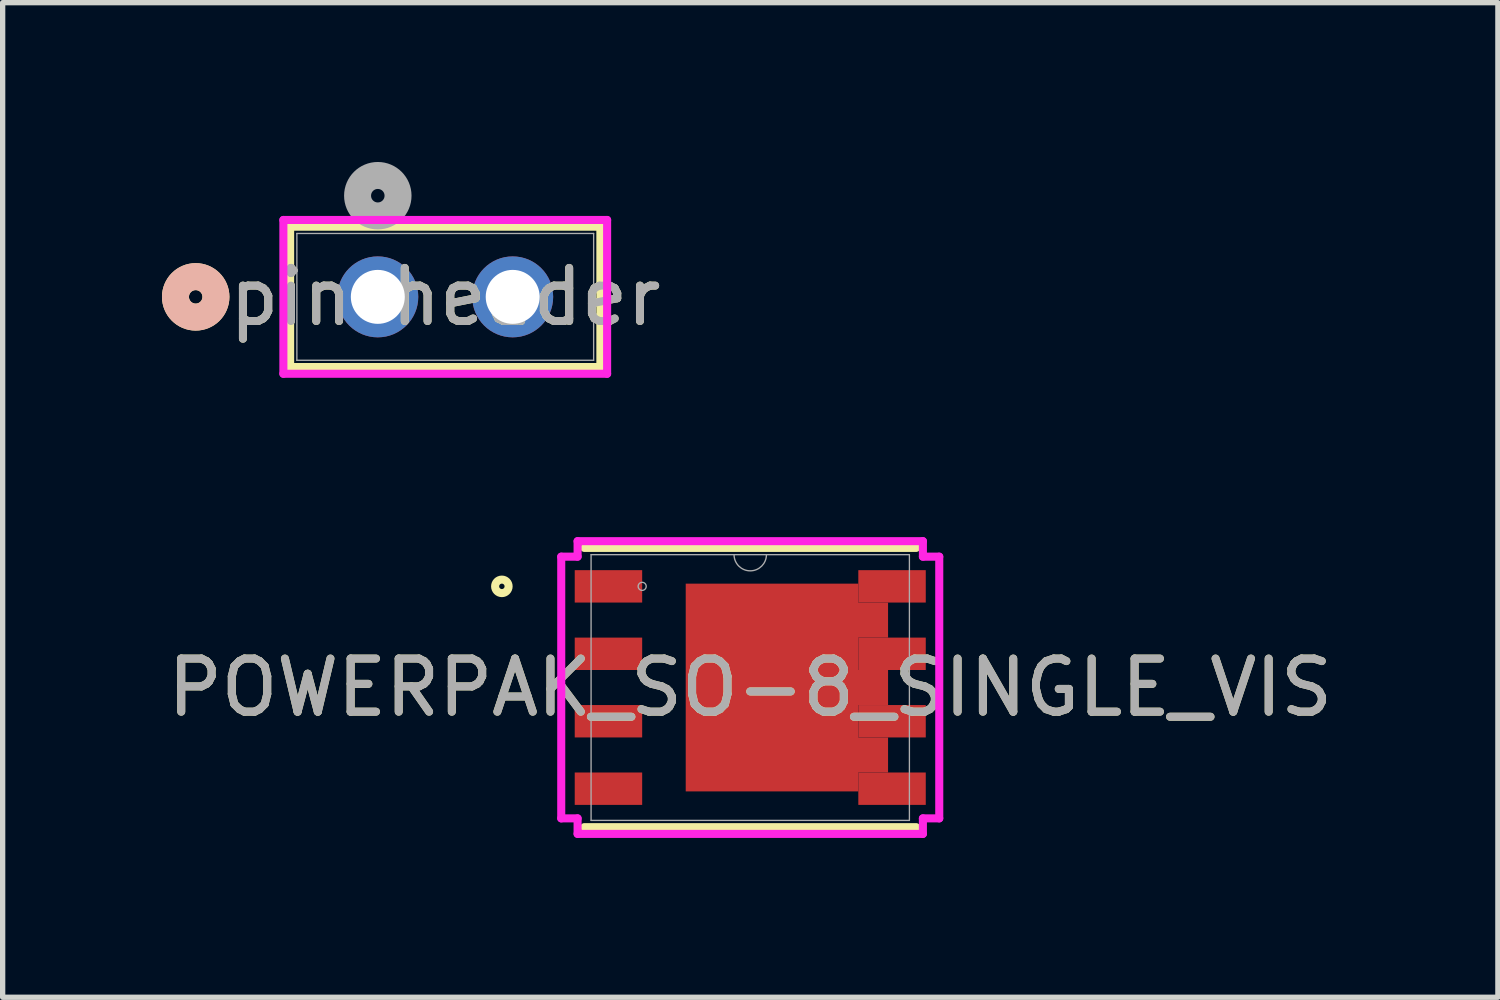
<source format=kicad_pcb>
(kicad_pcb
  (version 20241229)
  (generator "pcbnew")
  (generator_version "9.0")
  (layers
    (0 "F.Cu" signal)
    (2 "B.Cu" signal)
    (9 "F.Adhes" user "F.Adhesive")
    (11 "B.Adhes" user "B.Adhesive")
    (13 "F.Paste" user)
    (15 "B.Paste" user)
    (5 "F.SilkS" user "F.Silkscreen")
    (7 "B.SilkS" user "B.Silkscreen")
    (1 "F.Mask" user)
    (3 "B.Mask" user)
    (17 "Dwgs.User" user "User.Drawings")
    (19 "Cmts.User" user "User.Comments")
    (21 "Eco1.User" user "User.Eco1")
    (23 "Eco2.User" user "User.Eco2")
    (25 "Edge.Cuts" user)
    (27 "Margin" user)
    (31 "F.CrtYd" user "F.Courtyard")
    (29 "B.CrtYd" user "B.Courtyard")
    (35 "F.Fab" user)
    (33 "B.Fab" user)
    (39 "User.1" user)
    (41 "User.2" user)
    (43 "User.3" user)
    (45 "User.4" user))
  (footprint "POWERPAK_SO-8_SINGLE_VIS"
    (layer "F.Cu")
    (at 11.077 9.896)
    (property "Reference" "POWERPAK_SO-8_SINGLE_VIS" (at 0 0 0) (unlocked yes) (layer "F.SilkS") (effects (font (size 1 1) (thickness 0.15))))
    (attr smd)
    (fp_poly (pts (xy -1.215 -1.956) (xy 2.035 -1.956) (xy 2.035 -1.6) (xy 2.595 -1.6) (xy 2.595 -0.94) (xy 2.035 -0.94) (xy 2.035 -0.33) (xy 2.595 -0.33) (xy 2.595 0.33) (xy 2.035 0.33) (xy 2.035 0.94) (xy 2.595 0.94) (xy 2.595 1.6) (xy 2.035 1.6) (xy 2.035 1.956) (xy -1.215 1.956)) (stroke (width 0) (type solid)) (fill yes) (layer "F.Cu"))
    (fp_poly (pts (xy -1.215 -1.956) (xy 2.035 -1.956) (xy 2.035 -1.6) (xy 2.595 -1.6) (xy 2.595 -0.94) (xy 2.035 -0.94) (xy 2.035 -0.33) (xy 2.595 -0.33) (xy 2.595 0.33) (xy 2.035 0.33) (xy 2.035 0.94) (xy 2.595 0.94) (xy 2.595 1.6) (xy 2.035 1.6) (xy 2.035 1.956) (xy -1.215 1.956)) (stroke (width 0) (type solid)) (fill yes) (layer "F.Mask"))
    (fp_line (start -3.124 2.629) (end 3.124 2.629) (stroke (width 0.152) (type solid)) (layer "F.SilkS"))
    (fp_line (start 3.124 -2.629) (end -3.124 -2.629) (stroke (width 0.152) (type solid)) (layer "F.SilkS"))
    (fp_circle (center -4.677 -1.905) (end -4.55 -1.905) (stroke (width 0.152) (type solid)) (fill no) (layer "F.SilkS"))
    (fp_poly (pts (xy -1.215 -1.956) (xy 2.035 -1.956) (xy 2.035 -1.6) (xy 2.595 -1.6) (xy 2.595 -0.94) (xy 2.035 -0.94) (xy 2.035 -0.33) (xy 2.595 -0.33) (xy 2.595 0.33) (xy 2.035 0.33) (xy 2.035 0.94) (xy 2.595 0.94) (xy 2.595 1.6) (xy 2.035 1.6) (xy 2.035 1.956) (xy -1.215 1.956)) (stroke (width 0) (type solid)) (fill yes) (layer "F.Paste"))
    (fp_line (start -3.559 -2.464) (end -3.251 -2.464) (stroke (width 0.152) (type solid)) (layer "F.CrtYd"))
    (fp_line (start -3.559 2.464) (end -3.559 -2.464) (stroke (width 0.152) (type solid)) (layer "F.CrtYd"))
    (fp_line (start -3.559 2.464) (end -3.251 2.464) (stroke (width 0.152) (type solid)) (layer "F.CrtYd"))
    (fp_line (start -3.251 -2.756) (end 3.251 -2.756) (stroke (width 0.152) (type solid)) (layer "F.CrtYd"))
    (fp_line (start -3.251 -2.464) (end -3.251 -2.756) (stroke (width 0.152) (type solid)) (layer "F.CrtYd"))
    (fp_line (start -3.251 2.756) (end -3.251 2.464) (stroke (width 0.152) (type solid)) (layer "F.CrtYd"))
    (fp_line (start 3.251 -2.756) (end 3.251 -2.464) (stroke (width 0.152) (type solid)) (layer "F.CrtYd"))
    (fp_line (start 3.251 2.464) (end 3.251 2.756) (stroke (width 0.152) (type solid)) (layer "F.CrtYd"))
    (fp_line (start 3.251 2.756) (end -3.251 2.756) (stroke (width 0.152) (type solid)) (layer "F.CrtYd"))
    (fp_line (start 3.559 -2.464) (end 3.251 -2.464) (stroke (width 0.152) (type solid)) (layer "F.CrtYd"))
    (fp_line (start 3.559 -2.464) (end 3.559 2.464) (stroke (width 0.152) (type solid)) (layer "F.CrtYd"))
    (fp_line (start 3.559 2.464) (end 3.251 2.464) (stroke (width 0.152) (type solid)) (layer "F.CrtYd"))
    (fp_line (start -2.997 -2.502) (end -2.997 2.502) (stroke (width 0.025) (type solid)) (layer "F.Fab"))
    (fp_line (start -2.997 2.502) (end 2.997 2.502) (stroke (width 0.025) (type solid)) (layer "F.Fab"))
    (fp_line (start 2.997 -2.502) (end -2.997 -2.502) (stroke (width 0.025) (type solid)) (layer "F.Fab"))
    (fp_line (start 2.997 2.502) (end 2.997 -2.502) (stroke (width 0.025) (type solid)) (layer "F.Fab"))
    (fp_arc (start 0.3048 -2.5019) (mid 0 -2.1971) (end -0.3048 -2.5019) (stroke (width 0.0254) (type solid)) (layer "F.Fab"))
    (fp_circle (center -2.035 -1.905) (end -1.959 -1.905) (stroke (width 0.025) (type solid)) (fill no) (layer "F.Fab"))
    (fp_text user "${REFERENCE}" (at 0 0 0) (unlocked yes) (layer "F.Fab") (effects (font (size 1 1) (thickness 0.15))))
    (pad "1" smd rect (at -2.67 -1.905) (size 1.27 0.61) (layers "F.Cu" "F.Mask" "F.Paste"))
    (pad "2" smd rect (at -2.67 -0.635) (size 1.27 0.61) (layers "F.Cu" "F.Mask" "F.Paste"))
    (pad "3" smd rect (at -2.67 0.635) (size 1.27 0.61) (layers "F.Cu" "F.Mask" "F.Paste"))
    (pad "4" smd rect (at -2.67 1.905) (size 1.27 0.61) (layers "F.Cu" "F.Mask" "F.Paste"))
    (pad "5" smd rect (at 2.67 1.905) (size 1.27 0.61) (layers "F.Cu" "F.Mask" "F.Paste"))
    (pad "6" smd rect (at 2.67 0.635) (size 1.27 0.61) (layers "F.Cu" "F.Mask" "F.Paste"))
    (pad "7" smd rect (at 2.67 -0.635) (size 1.27 0.61) (layers "F.Cu" "F.Mask" "F.Paste"))
    (pad "8" smd rect (at 2.67 -1.905) (size 1.27 0.61) (layers "F.Cu" "F.Mask" "F.Paste")))
  (footprint "pin header"
    (layer "F.Cu")
    (at 4.064 2.54)
    (property "Reference" "pin header" (at 1.27 0 0) (unlocked yes) (layer "F.SilkS") (effects (font (size 1 1) (thickness 0.15))))
    (attr through_hole)
    (fp_line (start -1.651 -1.321) (end -1.651 1.321) (stroke (width 0.152) (type solid)) (layer "F.SilkS"))
    (fp_line (start -1.651 1.321) (end 4.191 1.321) (stroke (width 0.152) (type solid)) (layer "F.SilkS"))
    (fp_line (start 4.191 -1.321) (end -1.651 -1.321) (stroke (width 0.152) (type solid)) (layer "F.SilkS"))
    (fp_line (start 4.191 1.321) (end 4.191 -1.321) (stroke (width 0.152) (type solid)) (layer "F.SilkS"))
    (fp_circle (center -3.429 0) (end -3.048 0) (stroke (width 0.508) (type solid)) (fill no) (layer "F.SilkS"))
    (fp_circle (center -3.429 0) (end -3.048 0) (stroke (width 0.508) (type solid)) (fill no) (layer "B.SilkS"))
    (fp_line (start -1.778 -1.448) (end -1.778 1.448) (stroke (width 0.152) (type solid)) (layer "F.CrtYd"))
    (fp_line (start -1.778 1.448) (end 4.318 1.448) (stroke (width 0.152) (type solid)) (layer "F.CrtYd"))
    (fp_line (start 4.318 -1.448) (end -1.778 -1.448) (stroke (width 0.152) (type solid)) (layer "F.CrtYd"))
    (fp_line (start 4.318 1.448) (end 4.318 -1.448) (stroke (width 0.152) (type solid)) (layer "F.CrtYd"))
    (fp_line (start -1.524 -1.194) (end -1.524 1.194) (stroke (width 0.025) (type solid)) (layer "F.Fab"))
    (fp_line (start -1.524 1.194) (end 4.064 1.194) (stroke (width 0.025) (type solid)) (layer "F.Fab"))
    (fp_line (start 4.064 -1.194) (end -1.524 -1.194) (stroke (width 0.025) (type solid)) (layer "F.Fab"))
    (fp_line (start 4.064 1.194) (end 4.064 -1.194) (stroke (width 0.025) (type solid)) (layer "F.Fab"))
    (fp_circle (center 0 -1.905) (end 0.381 -1.905) (stroke (width 0.508) (type solid)) (fill no) (layer "F.Fab"))
    (fp_text user "${REFERENCE}" (at 1.27 0 0) (unlocked yes) (layer "F.Fab") (effects (font (size 1 1) (thickness 0.15))))
    (pad "1" thru_hole circle (at 0 0) (size 1.524 1.524) (drill 1.016) (layers "*.Cu" "*.Mask"))
    (pad "2" thru_hole circle (at 2.54 0) (size 1.524 1.524) (drill 1.016) (layers "*.Cu" "*.Mask")))
  (gr_rect
    (start -3 -3)
    (end 25.155 15.728)
    (stroke (width 0.1) (type default))
    (fill no)
    (layer "Edge.Cuts")))
</source>
